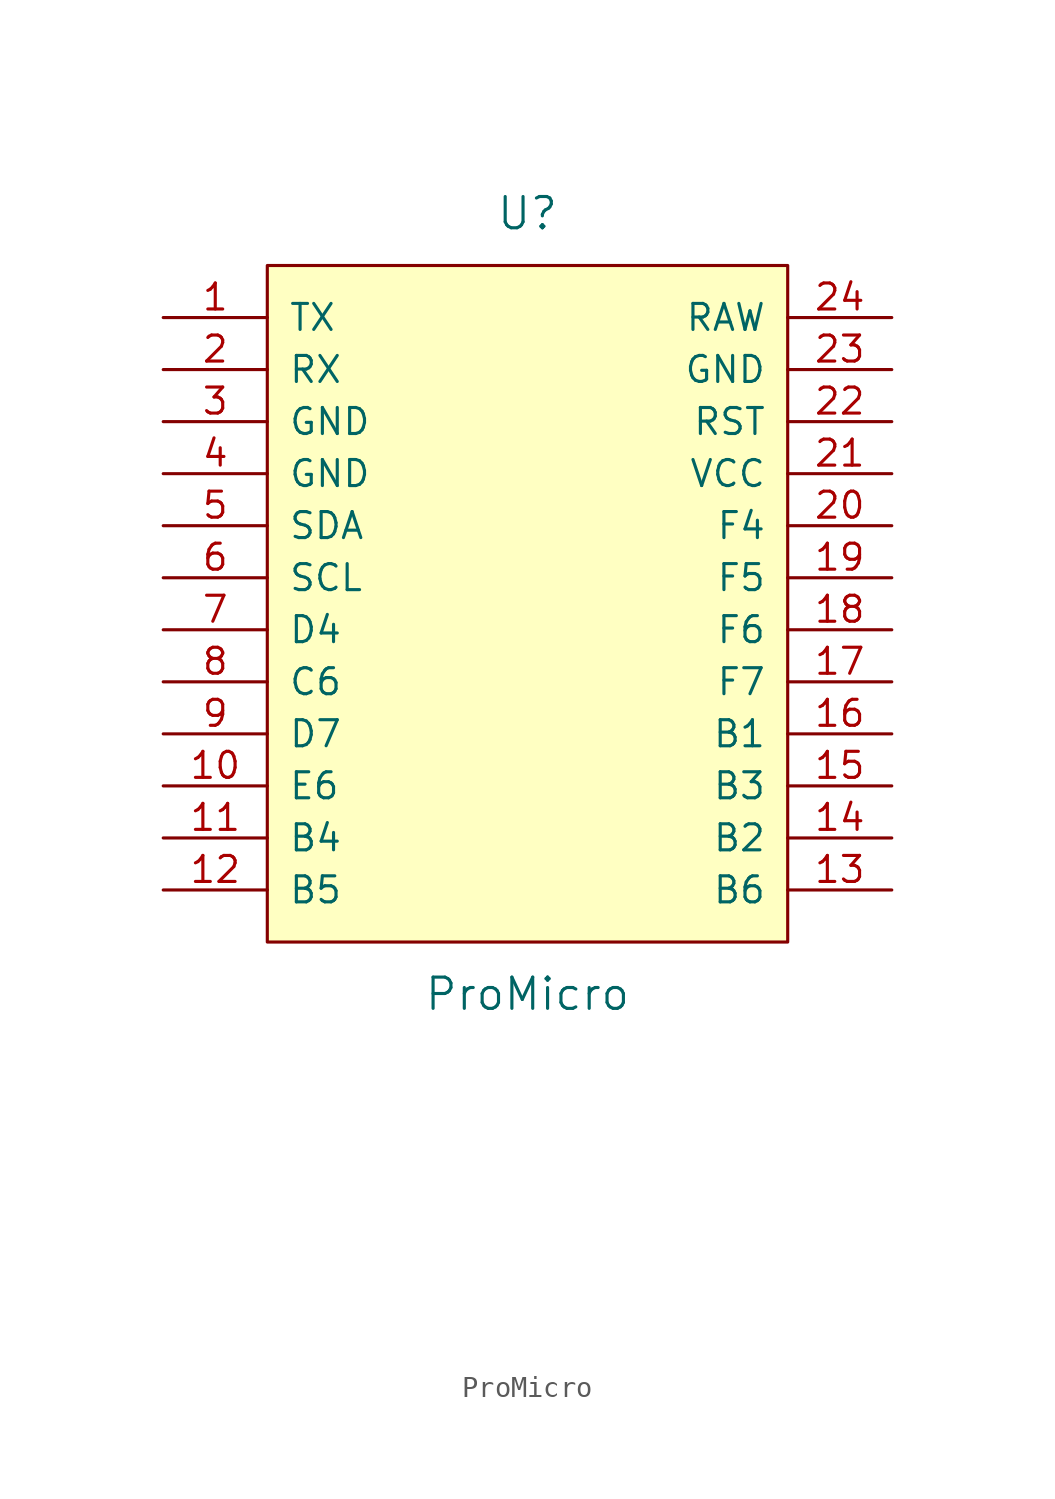
<source format=kicad_sym>
(kicad_symbol_lib
  (version 20211014)
  (generator kicad_symbol_editor)
  (symbol "ProMicro"
    (pin_names
      (offset 1.016))
    (property "Reference" "U"
      (at 0 24.13 0)
      (effects (font (size 1.524 1.524))))
    (property "Value" "ProMicro"
      (at 0 -13.97 0)
      (effects (font (size 1.524 1.524))))
    (property "Footprint" ""
      (at 2.54 -26.67 0)
      (effects (font (size 1.524 1.524))))
    (property "Datasheet" ""
      (at 2.54 -26.67 0)
      (effects (font (size 1.524 1.524))))
    (symbol "ProMicro_0_1"
      (rectangle (start -12.7 21.59) (end 12.7 -11.43) (stroke (width 0) (type default) (color 0 0 0 0)) (fill (type background))))
    (symbol "ProMicro_1_1"
      (pin bidirectional line (at -17.78 19.05 0) (length 5.08) (name "TX" (effects (font (size 1.27 1.27)))) (number "1" (effects (font (size 1.27 1.27)))))
      (pin bidirectional line (at -17.78 -3.81 0) (length 5.08) (name "E6" (effects (font (size 1.27 1.27)))) (number "10" (effects (font (size 1.27 1.27)))))
      (pin bidirectional line (at -17.78 -6.35 0) (length 5.08) (name "B4" (effects (font (size 1.27 1.27)))) (number "11" (effects (font (size 1.27 1.27)))))
      (pin bidirectional line (at -17.78 -8.89 0) (length 5.08) (name "B5" (effects (font (size 1.27 1.27)))) (number "12" (effects (font (size 1.27 1.27)))))
      (pin bidirectional line (at 17.78 -8.89 180) (length 5.08) (name "B6" (effects (font (size 1.27 1.27)))) (number "13" (effects (font (size 1.27 1.27)))))
      (pin bidirectional line (at 17.78 -6.35 180) (length 5.08) (name "B2" (effects (font (size 1.27 1.27)))) (number "14" (effects (font (size 1.27 1.27)))))
      (pin bidirectional line (at 17.78 -3.81 180) (length 5.08) (name "B3" (effects (font (size 1.27 1.27)))) (number "15" (effects (font (size 1.27 1.27)))))
      (pin bidirectional line (at 17.78 -1.27 180) (length 5.08) (name "B1" (effects (font (size 1.27 1.27)))) (number "16" (effects (font (size 1.27 1.27)))))
      (pin bidirectional line (at 17.78 1.27 180) (length 5.08) (name "F7" (effects (font (size 1.27 1.27)))) (number "17" (effects (font (size 1.27 1.27)))))
      (pin bidirectional line (at 17.78 3.81 180) (length 5.08) (name "F6" (effects (font (size 1.27 1.27)))) (number "18" (effects (font (size 1.27 1.27)))))
      (pin bidirectional line (at 17.78 6.35 180) (length 5.08) (name "F5" (effects (font (size 1.27 1.27)))) (number "19" (effects (font (size 1.27 1.27)))))
      (pin bidirectional line (at -17.78 16.51 0) (length 5.08) (name "RX" (effects (font (size 1.27 1.27)))) (number "2" (effects (font (size 1.27 1.27)))))
      (pin bidirectional line (at 17.78 8.89 180) (length 5.08) (name "F4" (effects (font (size 1.27 1.27)))) (number "20" (effects (font (size 1.27 1.27)))))
      (pin power_in line (at 17.78 11.43 180) (length 5.08) (name "VCC" (effects (font (size 1.27 1.27)))) (number "21" (effects (font (size 1.27 1.27)))))
      (pin input line (at 17.78 13.97 180) (length 5.08) (name "RST" (effects (font (size 1.27 1.27)))) (number "22" (effects (font (size 1.27 1.27)))))
      (pin power_in line (at 17.78 16.51 180) (length 5.08) (name "GND" (effects (font (size 1.27 1.27)))) (number "23" (effects (font (size 1.27 1.27)))))
      (pin power_out line (at 17.78 19.05 180) (length 5.08) (name "RAW" (effects (font (size 1.27 1.27)))) (number "24" (effects (font (size 1.27 1.27)))))
      (pin power_in line (at -17.78 13.97 0) (length 5.08) (name "GND" (effects (font (size 1.27 1.27)))) (number "3" (effects (font (size 1.27 1.27)))))
      (pin power_in line (at -17.78 11.43 0) (length 5.08) (name "GND" (effects (font (size 1.27 1.27)))) (number "4" (effects (font (size 1.27 1.27)))))
      (pin bidirectional line (at -17.78 8.89 0) (length 5.08) (name "SDA" (effects (font (size 1.27 1.27)))) (number "5" (effects (font (size 1.27 1.27)))))
      (pin bidirectional line (at -17.78 6.35 0) (length 5.08) (name "SCL" (effects (font (size 1.27 1.27)))) (number "6" (effects (font (size 1.27 1.27)))))
      (pin bidirectional line (at -17.78 3.81 0) (length 5.08) (name "D4" (effects (font (size 1.27 1.27)))) (number "7" (effects (font (size 1.27 1.27)))))
      (pin bidirectional line (at -17.78 1.27 0) (length 5.08) (name "C6" (effects (font (size 1.27 1.27)))) (number "8" (effects (font (size 1.27 1.27)))))
      (pin bidirectional line (at -17.78 -1.27 0) (length 5.08) (name "D7" (effects (font (size 1.27 1.27)))) (number "9" (effects (font (size 1.27 1.27))))))))
</source>
